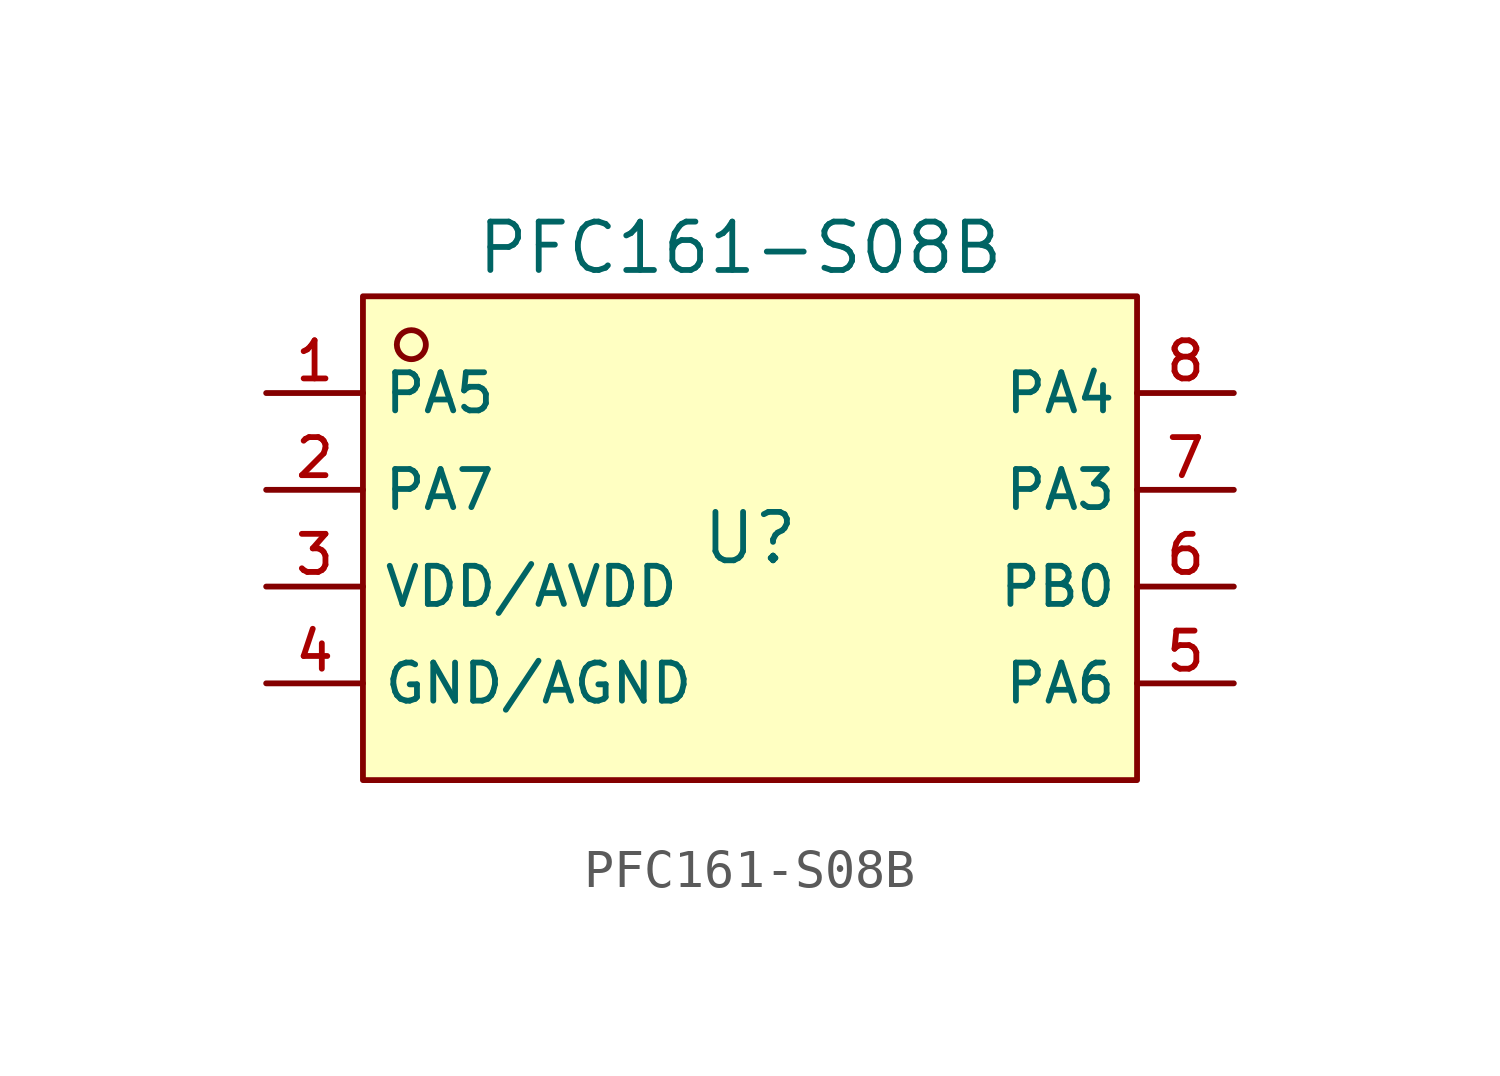
<source format=kicad_sym>
(kicad_symbol_lib
  (version 20231120)
  (generator "CDFER_Archive_Tool")
  (generator_version "0.0")
  (symbol "PFC161-S08B"
    (property "Reference" "U"
      (at 0 1.27 0)
      (effects (font (size 1.27 1.27))))
    (property "Value" "PFC161-S08B"
      (at -0.254 8.89 0)
      (effects (font (size 1.27 1.27))))
    (symbol "PFC161-S08B_0_1"
      (rectangle (start -10.16 7.62) (end 10.16 -5.08) (stroke (width 0) (type default)) (fill (type background)))
      (circle (center -8.89 6.35) (radius 0.381) (stroke (width 0) (type default)) (fill (type background)))
      (pin unspecified line (at -12.7 5.08 0) (length 2.54) (name "PA5" (effects (font (size 1 1)))) (number "1" (effects (font (size 1 1)))))
      (pin unspecified line (at -12.7 2.54 0) (length 2.54) (name "PA7" (effects (font (size 1 1)))) (number "2" (effects (font (size 1 1)))))
      (pin unspecified line (at -12.7 0 0) (length 2.54) (name "VDD/AVDD" (effects (font (size 1 1)))) (number "3" (effects (font (size 1 1)))))
      (pin unspecified line (at -12.7 -2.54 0) (length 2.54) (name "GND/AGND" (effects (font (size 1 1)))) (number "4" (effects (font (size 1 1)))))
      (pin unspecified line (at 12.7 -2.54 180) (length 2.54) (name "PA6" (effects (font (size 1 1)))) (number "5" (effects (font (size 1 1)))))
      (pin unspecified line (at 12.7 0 180) (length 2.54) (name "PB0" (effects (font (size 1 1)))) (number "6" (effects (font (size 1 1)))))
      (pin unspecified line (at 12.7 2.54 180) (length 2.54) (name "PA3" (effects (font (size 1 1)))) (number "7" (effects (font (size 1 1)))))
      (pin unspecified line (at 12.7 5.08 180) (length 2.54) (name "PA4" (effects (font (size 1 1)))) (number "8" (effects (font (size 1 1))))))))
</source>
